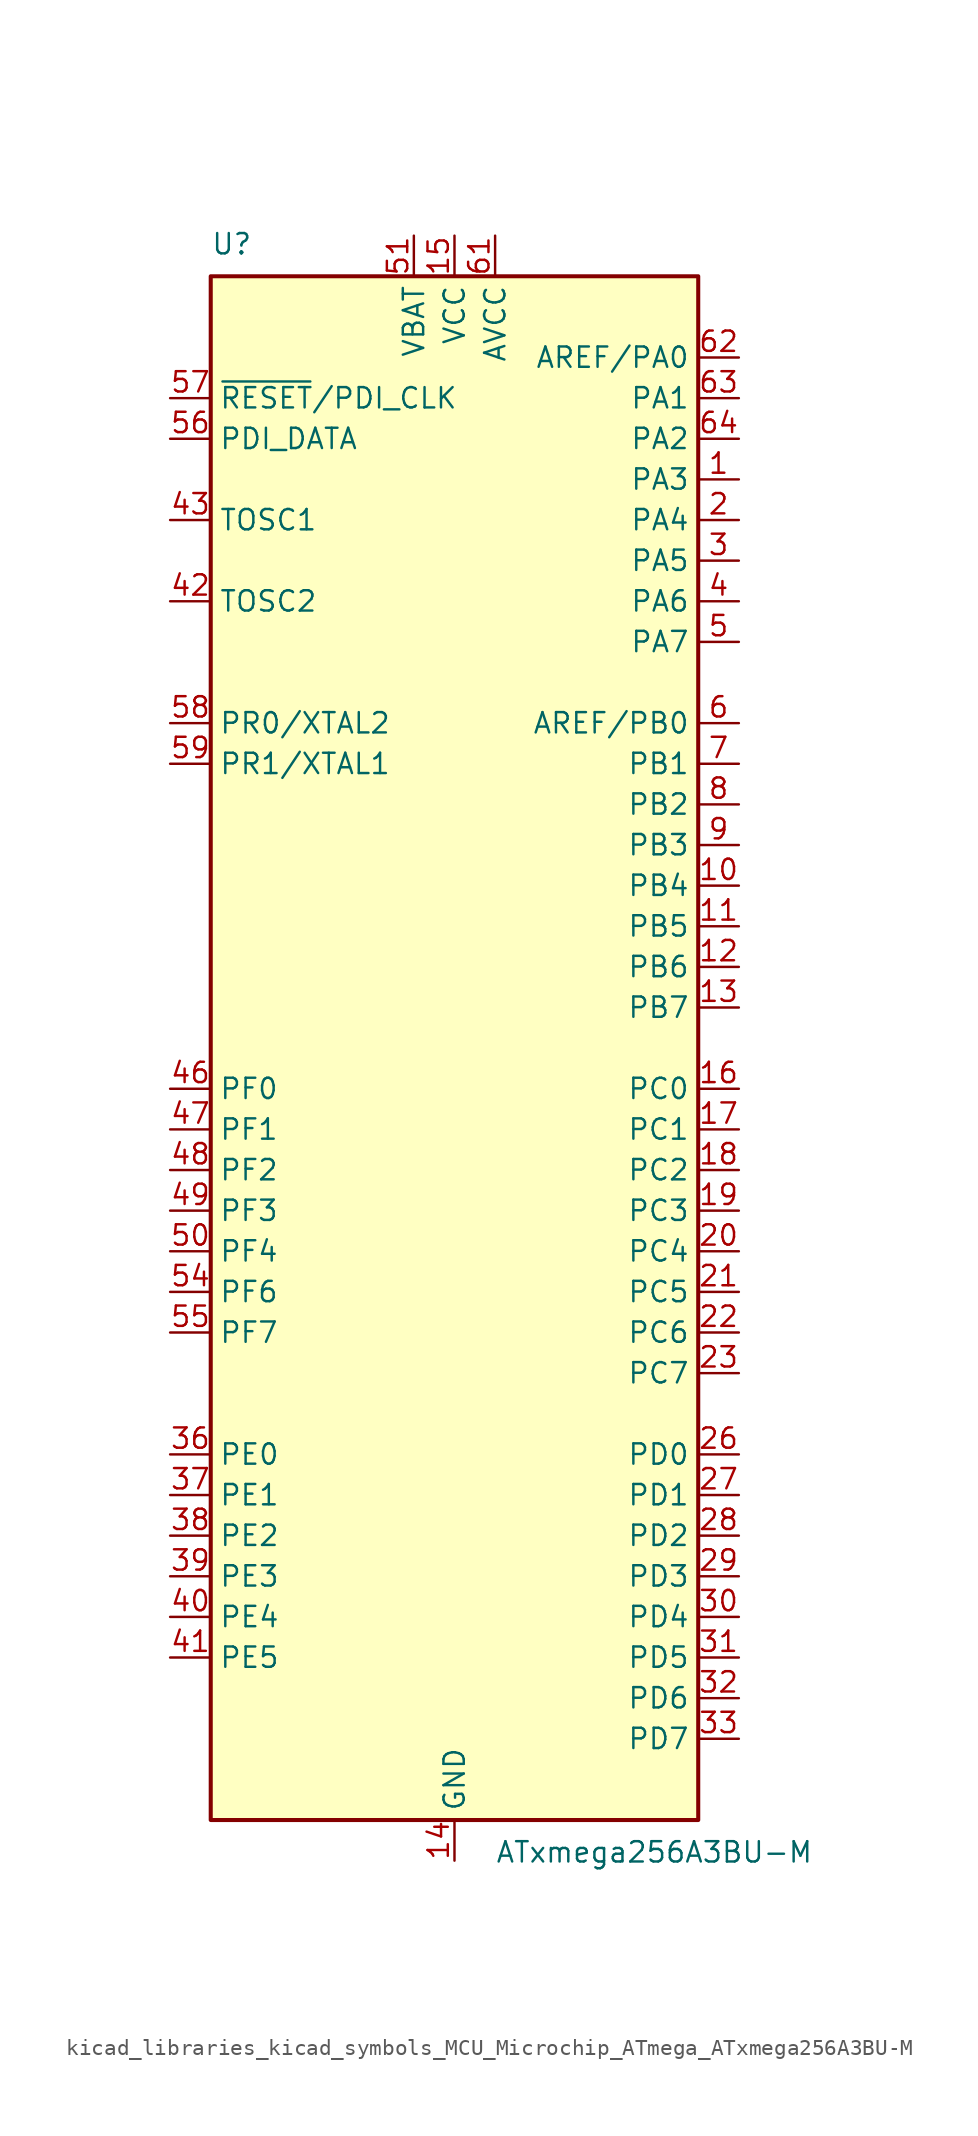
<source format=kicad_sym>
(kicad_symbol_lib
  (version 20220914)
  (generator kicad_symbol_editor)
  (symbol "kicad_libraries_kicad_symbols_MCU_Microchip_ATmega_ATxmega256A3BU-M"
    (property "Reference" "U"
      (at -15.24 49.53 0)
      (effects (font (size 1.27 1.27)) (justify left bottom)))
    (property "Value" "ATxmega256A3BU-M"
      (at 2.54 -49.53 0)
      (effects (font (size 1.27 1.27)) (justify left top)))
    (symbol "kicad_libraries_kicad_symbols_MCU_Microchip_ATmega_ATxmega256A3BU-M_0_1"
      (rectangle (start -15.24 -48.26) (end 15.24 48.26) (stroke (width 0.254) (type default)) (fill (type background))))
    (symbol "kicad_libraries_kicad_symbols_MCU_Microchip_ATmega_ATxmega256A3BU-M_1_1"
      (pin bidirectional line (at 17.78 35.56 180) (length 2.54) (name "PA3" (effects (font (size 1.27 1.27)))) (number "1" (effects (font (size 1.27 1.27)))))
      (pin bidirectional line (at 17.78 10.16 180) (length 2.54) (name "PB4" (effects (font (size 1.27 1.27)))) (number "10" (effects (font (size 1.27 1.27)))))
      (pin bidirectional line (at 17.78 7.62 180) (length 2.54) (name "PB5" (effects (font (size 1.27 1.27)))) (number "11" (effects (font (size 1.27 1.27)))))
      (pin bidirectional line (at 17.78 5.08 180) (length 2.54) (name "PB6" (effects (font (size 1.27 1.27)))) (number "12" (effects (font (size 1.27 1.27)))))
      (pin bidirectional line (at 17.78 2.54 180) (length 2.54) (name "PB7" (effects (font (size 1.27 1.27)))) (number "13" (effects (font (size 1.27 1.27)))))
      (pin power_in line (at 0 -50.8 90) (length 2.54) (name "GND" (effects (font (size 1.27 1.27)))) (number "14" (effects (font (size 1.27 1.27)))))
      (pin power_in line (at 0 50.8 270) (length 2.54) (name "VCC" (effects (font (size 1.27 1.27)))) (number "15" (effects (font (size 1.27 1.27)))))
      (pin bidirectional line (at 17.78 -2.54 180) (length 2.54) (name "PC0" (effects (font (size 1.27 1.27)))) (number "16" (effects (font (size 1.27 1.27)))))
      (pin bidirectional line (at 17.78 -5.08 180) (length 2.54) (name "PC1" (effects (font (size 1.27 1.27)))) (number "17" (effects (font (size 1.27 1.27)))))
      (pin bidirectional line (at 17.78 -7.62 180) (length 2.54) (name "PC2" (effects (font (size 1.27 1.27)))) (number "18" (effects (font (size 1.27 1.27)))))
      (pin bidirectional line (at 17.78 -10.16 180) (length 2.54) (name "PC3" (effects (font (size 1.27 1.27)))) (number "19" (effects (font (size 1.27 1.27)))))
      (pin bidirectional line (at 17.78 33.02 180) (length 2.54) (name "PA4" (effects (font (size 1.27 1.27)))) (number "2" (effects (font (size 1.27 1.27)))))
      (pin bidirectional line (at 17.78 -12.7 180) (length 2.54) (name "PC4" (effects (font (size 1.27 1.27)))) (number "20" (effects (font (size 1.27 1.27)))))
      (pin bidirectional line (at 17.78 -15.24 180) (length 2.54) (name "PC5" (effects (font (size 1.27 1.27)))) (number "21" (effects (font (size 1.27 1.27)))))
      (pin bidirectional line (at 17.78 -17.78 180) (length 2.54) (name "PC6" (effects (font (size 1.27 1.27)))) (number "22" (effects (font (size 1.27 1.27)))))
      (pin bidirectional line (at 17.78 -20.32 180) (length 2.54) (name "PC7" (effects (font (size 1.27 1.27)))) (number "23" (effects (font (size 1.27 1.27)))))
      (pin passive line (at 0 -50.8 90) (length 2.54) hide (name "GND" (effects (font (size 1.27 1.27)))) (number "24" (effects (font (size 1.27 1.27)))))
      (pin passive line (at 0 50.8 270) (length 2.54) hide (name "VCC" (effects (font (size 1.27 1.27)))) (number "25" (effects (font (size 1.27 1.27)))))
      (pin bidirectional line (at 17.78 -25.4 180) (length 2.54) (name "PD0" (effects (font (size 1.27 1.27)))) (number "26" (effects (font (size 1.27 1.27)))))
      (pin bidirectional line (at 17.78 -27.94 180) (length 2.54) (name "PD1" (effects (font (size 1.27 1.27)))) (number "27" (effects (font (size 1.27 1.27)))))
      (pin bidirectional line (at 17.78 -30.48 180) (length 2.54) (name "PD2" (effects (font (size 1.27 1.27)))) (number "28" (effects (font (size 1.27 1.27)))))
      (pin bidirectional line (at 17.78 -33.02 180) (length 2.54) (name "PD3" (effects (font (size 1.27 1.27)))) (number "29" (effects (font (size 1.27 1.27)))))
      (pin bidirectional line (at 17.78 30.48 180) (length 2.54) (name "PA5" (effects (font (size 1.27 1.27)))) (number "3" (effects (font (size 1.27 1.27)))))
      (pin bidirectional line (at 17.78 -35.56 180) (length 2.54) (name "PD4" (effects (font (size 1.27 1.27)))) (number "30" (effects (font (size 1.27 1.27)))))
      (pin bidirectional line (at 17.78 -38.1 180) (length 2.54) (name "PD5" (effects (font (size 1.27 1.27)))) (number "31" (effects (font (size 1.27 1.27)))))
      (pin bidirectional line (at 17.78 -40.64 180) (length 2.54) (name "PD6" (effects (font (size 1.27 1.27)))) (number "32" (effects (font (size 1.27 1.27)))))
      (pin bidirectional line (at 17.78 -43.18 180) (length 2.54) (name "PD7" (effects (font (size 1.27 1.27)))) (number "33" (effects (font (size 1.27 1.27)))))
      (pin passive line (at 0 -50.8 90) (length 2.54) hide (name "GND" (effects (font (size 1.27 1.27)))) (number "34" (effects (font (size 1.27 1.27)))))
      (pin passive line (at 0 50.8 270) (length 2.54) hide (name "VCC" (effects (font (size 1.27 1.27)))) (number "35" (effects (font (size 1.27 1.27)))))
      (pin bidirectional line (at -17.78 -25.4 0) (length 2.54) (name "PE0" (effects (font (size 1.27 1.27)))) (number "36" (effects (font (size 1.27 1.27)))))
      (pin bidirectional line (at -17.78 -27.94 0) (length 2.54) (name "PE1" (effects (font (size 1.27 1.27)))) (number "37" (effects (font (size 1.27 1.27)))))
      (pin bidirectional line (at -17.78 -30.48 0) (length 2.54) (name "PE2" (effects (font (size 1.27 1.27)))) (number "38" (effects (font (size 1.27 1.27)))))
      (pin bidirectional line (at -17.78 -33.02 0) (length 2.54) (name "PE3" (effects (font (size 1.27 1.27)))) (number "39" (effects (font (size 1.27 1.27)))))
      (pin bidirectional line (at 17.78 27.94 180) (length 2.54) (name "PA6" (effects (font (size 1.27 1.27)))) (number "4" (effects (font (size 1.27 1.27)))))
      (pin bidirectional line (at -17.78 -35.56 0) (length 2.54) (name "PE4" (effects (font (size 1.27 1.27)))) (number "40" (effects (font (size 1.27 1.27)))))
      (pin bidirectional line (at -17.78 -38.1 0) (length 2.54) (name "PE5" (effects (font (size 1.27 1.27)))) (number "41" (effects (font (size 1.27 1.27)))))
      (pin passive line (at -17.78 27.94 0) (length 2.54) (name "TOSC2" (effects (font (size 1.27 1.27)))) (number "42" (effects (font (size 1.27 1.27)))))
      (pin input line (at -17.78 33.02 0) (length 2.54) (name "TOSC1" (effects (font (size 1.27 1.27)))) (number "43" (effects (font (size 1.27 1.27)))))
      (pin passive line (at 0 -50.8 90) (length 2.54) hide (name "GND" (effects (font (size 1.27 1.27)))) (number "44" (effects (font (size 1.27 1.27)))))
      (pin passive line (at 0 50.8 270) (length 2.54) hide (name "VCC" (effects (font (size 1.27 1.27)))) (number "45" (effects (font (size 1.27 1.27)))))
      (pin bidirectional line (at -17.78 -2.54 0) (length 2.54) (name "PF0" (effects (font (size 1.27 1.27)))) (number "46" (effects (font (size 1.27 1.27)))))
      (pin bidirectional line (at -17.78 -5.08 0) (length 2.54) (name "PF1" (effects (font (size 1.27 1.27)))) (number "47" (effects (font (size 1.27 1.27)))))
      (pin bidirectional line (at -17.78 -7.62 0) (length 2.54) (name "PF2" (effects (font (size 1.27 1.27)))) (number "48" (effects (font (size 1.27 1.27)))))
      (pin bidirectional line (at -17.78 -10.16 0) (length 2.54) (name "PF3" (effects (font (size 1.27 1.27)))) (number "49" (effects (font (size 1.27 1.27)))))
      (pin bidirectional line (at 17.78 25.4 180) (length 2.54) (name "PA7" (effects (font (size 1.27 1.27)))) (number "5" (effects (font (size 1.27 1.27)))))
      (pin bidirectional line (at -17.78 -12.7 0) (length 2.54) (name "PF4" (effects (font (size 1.27 1.27)))) (number "50" (effects (font (size 1.27 1.27)))))
      (pin power_in line (at -2.54 50.8 270) (length 2.54) (name "VBAT" (effects (font (size 1.27 1.27)))) (number "51" (effects (font (size 1.27 1.27)))))
      (pin passive line (at 0 -50.8 90) (length 2.54) hide (name "GND" (effects (font (size 1.27 1.27)))) (number "52" (effects (font (size 1.27 1.27)))))
      (pin passive line (at 0 50.8 270) (length 2.54) hide (name "VCC" (effects (font (size 1.27 1.27)))) (number "53" (effects (font (size 1.27 1.27)))))
      (pin bidirectional line (at -17.78 -15.24 0) (length 2.54) (name "PF6" (effects (font (size 1.27 1.27)))) (number "54" (effects (font (size 1.27 1.27)))))
      (pin bidirectional line (at -17.78 -17.78 0) (length 2.54) (name "PF7" (effects (font (size 1.27 1.27)))) (number "55" (effects (font (size 1.27 1.27)))))
      (pin bidirectional line (at -17.78 38.1 0) (length 2.54) (name "PDI_DATA" (effects (font (size 1.27 1.27)))) (number "56" (effects (font (size 1.27 1.27)))))
      (pin input line (at -17.78 40.64 0) (length 2.54) (name "~{RESET}/PDI_CLK" (effects (font (size 1.27 1.27)))) (number "57" (effects (font (size 1.27 1.27)))))
      (pin bidirectional line (at -17.78 20.32 0) (length 2.54) (name "PR0/XTAL2" (effects (font (size 1.27 1.27)))) (number "58" (effects (font (size 1.27 1.27)))))
      (pin bidirectional line (at -17.78 17.78 0) (length 2.54) (name "PR1/XTAL1" (effects (font (size 1.27 1.27)))) (number "59" (effects (font (size 1.27 1.27)))))
      (pin bidirectional line (at 17.78 20.32 180) (length 2.54) (name "AREF/PB0" (effects (font (size 1.27 1.27)))) (number "6" (effects (font (size 1.27 1.27)))))
      (pin passive line (at 0 -50.8 90) (length 2.54) hide (name "GND" (effects (font (size 1.27 1.27)))) (number "60" (effects (font (size 1.27 1.27)))))
      (pin power_in line (at 2.54 50.8 270) (length 2.54) (name "AVCC" (effects (font (size 1.27 1.27)))) (number "61" (effects (font (size 1.27 1.27)))))
      (pin bidirectional line (at 17.78 43.18 180) (length 2.54) (name "AREF/PA0" (effects (font (size 1.27 1.27)))) (number "62" (effects (font (size 1.27 1.27)))))
      (pin bidirectional line (at 17.78 40.64 180) (length 2.54) (name "PA1" (effects (font (size 1.27 1.27)))) (number "63" (effects (font (size 1.27 1.27)))))
      (pin bidirectional line (at 17.78 38.1 180) (length 2.54) (name "PA2" (effects (font (size 1.27 1.27)))) (number "64" (effects (font (size 1.27 1.27)))))
      (pin passive line (at 0 -50.8 90) (length 2.54) hide (name "GND" (effects (font (size 1.27 1.27)))) (number "65" (effects (font (size 1.27 1.27)))))
      (pin bidirectional line (at 17.78 17.78 180) (length 2.54) (name "PB1" (effects (font (size 1.27 1.27)))) (number "7" (effects (font (size 1.27 1.27)))))
      (pin bidirectional line (at 17.78 15.24 180) (length 2.54) (name "PB2" (effects (font (size 1.27 1.27)))) (number "8" (effects (font (size 1.27 1.27)))))
      (pin bidirectional line (at 17.78 12.7 180) (length 2.54) (name "PB3" (effects (font (size 1.27 1.27)))) (number "9" (effects (font (size 1.27 1.27))))))))
</source>
